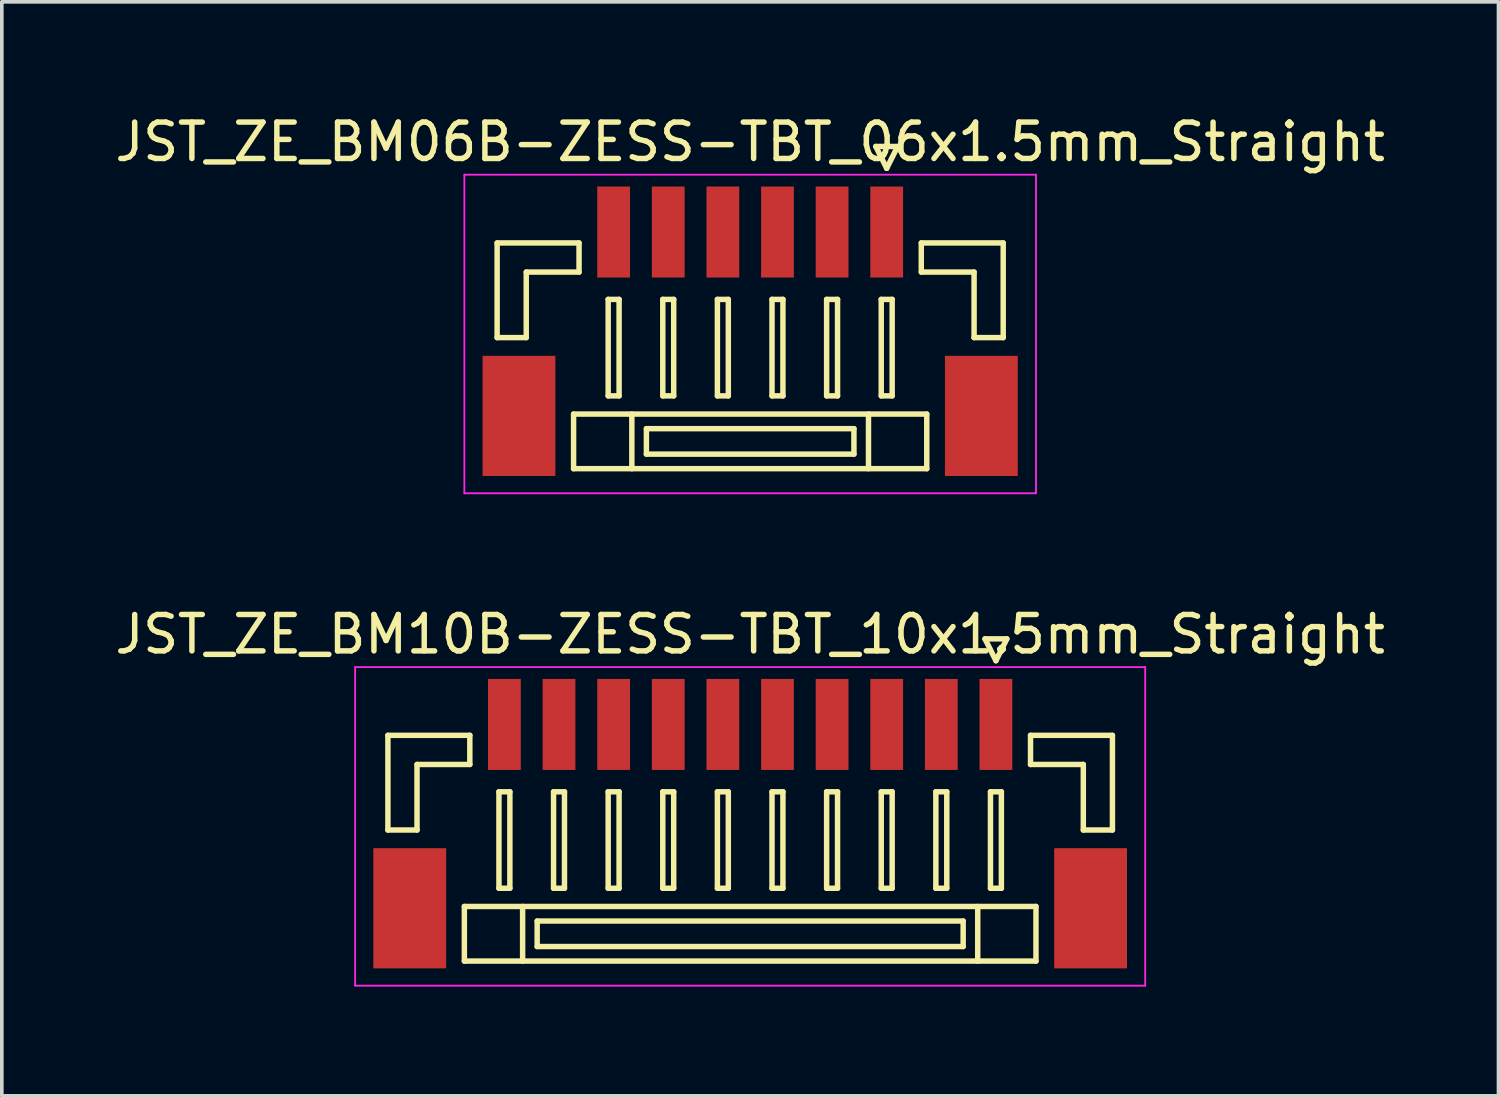
<source format=kicad_pcb>
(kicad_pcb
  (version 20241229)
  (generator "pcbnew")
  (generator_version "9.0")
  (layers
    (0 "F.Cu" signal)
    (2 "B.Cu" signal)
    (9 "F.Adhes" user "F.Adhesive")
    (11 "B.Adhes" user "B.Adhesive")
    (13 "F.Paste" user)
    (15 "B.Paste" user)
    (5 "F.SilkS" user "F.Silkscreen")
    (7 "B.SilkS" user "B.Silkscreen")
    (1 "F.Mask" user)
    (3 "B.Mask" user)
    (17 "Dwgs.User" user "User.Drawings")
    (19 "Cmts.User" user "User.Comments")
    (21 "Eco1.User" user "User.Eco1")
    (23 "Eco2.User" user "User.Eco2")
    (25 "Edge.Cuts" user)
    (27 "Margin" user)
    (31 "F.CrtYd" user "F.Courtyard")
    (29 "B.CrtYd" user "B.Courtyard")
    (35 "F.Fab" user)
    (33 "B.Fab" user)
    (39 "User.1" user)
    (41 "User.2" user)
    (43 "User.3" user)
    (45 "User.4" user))
  (footprint "JST_ZE_BM10B-ZESS-TBT_10x1.5mm_Straight"
    (layer "F.Cu")
    (at 17.554 19.372)
    (property "Reference" "JST_ZE_BM10B-ZESS-TBT_10x1.5mm_Straight" (at 0 -5 0) (layer "F.SilkS") (effects (font (size 1 1) (thickness 0.15))))
    (attr smd)
    (fp_line (start -9.95 -2.225) (end -9.95 0.375) (stroke (width 0.15) (type solid)) (layer "F.SilkS"))
    (fp_line (start -9.95 0.375) (end -9.15 0.375) (stroke (width 0.15) (type solid)) (layer "F.SilkS"))
    (fp_line (start -9.15 -1.425) (end -7.7 -1.425) (stroke (width 0.15) (type solid)) (layer "F.SilkS"))
    (fp_line (start -9.15 0.375) (end -9.15 -1.425) (stroke (width 0.15) (type solid)) (layer "F.SilkS"))
    (fp_line (start -7.85 2.475) (end -7.85 3.975) (stroke (width 0.15) (type solid)) (layer "F.SilkS"))
    (fp_line (start -7.85 3.975) (end 7.85 3.975) (stroke (width 0.15) (type solid)) (layer "F.SilkS"))
    (fp_line (start -7.7 -2.225) (end -9.95 -2.225) (stroke (width 0.15) (type solid)) (layer "F.SilkS"))
    (fp_line (start -7.7 -1.425) (end -7.7 -2.225) (stroke (width 0.15) (type solid)) (layer "F.SilkS"))
    (fp_line (start -6.9 -0.675) (end -6.9 1.975) (stroke (width 0.15) (type solid)) (layer "F.SilkS"))
    (fp_line (start -6.9 1.975) (end -6.6 1.975) (stroke (width 0.15) (type solid)) (layer "F.SilkS"))
    (fp_line (start -6.6 -0.675) (end -6.9 -0.675) (stroke (width 0.15) (type solid)) (layer "F.SilkS"))
    (fp_line (start -6.6 1.975) (end -6.6 -0.675) (stroke (width 0.15) (type solid)) (layer "F.SilkS"))
    (fp_line (start -6.25 2.475) (end -6.25 3.975) (stroke (width 0.15) (type solid)) (layer "F.SilkS"))
    (fp_line (start -5.85 2.875) (end -5.85 3.575) (stroke (width 0.15) (type solid)) (layer "F.SilkS"))
    (fp_line (start -5.85 3.575) (end 5.85 3.575) (stroke (width 0.15) (type solid)) (layer "F.SilkS"))
    (fp_line (start -5.4 -0.675) (end -5.4 1.975) (stroke (width 0.15) (type solid)) (layer "F.SilkS"))
    (fp_line (start -5.4 1.975) (end -5.1 1.975) (stroke (width 0.15) (type solid)) (layer "F.SilkS"))
    (fp_line (start -5.1 -0.675) (end -5.4 -0.675) (stroke (width 0.15) (type solid)) (layer "F.SilkS"))
    (fp_line (start -5.1 1.975) (end -5.1 -0.675) (stroke (width 0.15) (type solid)) (layer "F.SilkS"))
    (fp_line (start -3.9 -0.675) (end -3.9 1.975) (stroke (width 0.15) (type solid)) (layer "F.SilkS"))
    (fp_line (start -3.9 1.975) (end -3.6 1.975) (stroke (width 0.15) (type solid)) (layer "F.SilkS"))
    (fp_line (start -3.6 -0.675) (end -3.9 -0.675) (stroke (width 0.15) (type solid)) (layer "F.SilkS"))
    (fp_line (start -3.6 1.975) (end -3.6 -0.675) (stroke (width 0.15) (type solid)) (layer "F.SilkS"))
    (fp_line (start -2.4 -0.675) (end -2.4 1.975) (stroke (width 0.15) (type solid)) (layer "F.SilkS"))
    (fp_line (start -2.4 1.975) (end -2.1 1.975) (stroke (width 0.15) (type solid)) (layer "F.SilkS"))
    (fp_line (start -2.1 -0.675) (end -2.4 -0.675) (stroke (width 0.15) (type solid)) (layer "F.SilkS"))
    (fp_line (start -2.1 1.975) (end -2.1 -0.675) (stroke (width 0.15) (type solid)) (layer "F.SilkS"))
    (fp_line (start -0.9 -0.675) (end -0.9 1.975) (stroke (width 0.15) (type solid)) (layer "F.SilkS"))
    (fp_line (start -0.9 1.975) (end -0.6 1.975) (stroke (width 0.15) (type solid)) (layer "F.SilkS"))
    (fp_line (start -0.6 -0.675) (end -0.9 -0.675) (stroke (width 0.15) (type solid)) (layer "F.SilkS"))
    (fp_line (start -0.6 1.975) (end -0.6 -0.675) (stroke (width 0.15) (type solid)) (layer "F.SilkS"))
    (fp_line (start 0.6 -0.675) (end 0.6 1.975) (stroke (width 0.15) (type solid)) (layer "F.SilkS"))
    (fp_line (start 0.6 1.975) (end 0.9 1.975) (stroke (width 0.15) (type solid)) (layer "F.SilkS"))
    (fp_line (start 0.9 -0.675) (end 0.6 -0.675) (stroke (width 0.15) (type solid)) (layer "F.SilkS"))
    (fp_line (start 0.9 1.975) (end 0.9 -0.675) (stroke (width 0.15) (type solid)) (layer "F.SilkS"))
    (fp_line (start 2.1 -0.675) (end 2.1 1.975) (stroke (width 0.15) (type solid)) (layer "F.SilkS"))
    (fp_line (start 2.1 1.975) (end 2.4 1.975) (stroke (width 0.15) (type solid)) (layer "F.SilkS"))
    (fp_line (start 2.4 -0.675) (end 2.1 -0.675) (stroke (width 0.15) (type solid)) (layer "F.SilkS"))
    (fp_line (start 2.4 1.975) (end 2.4 -0.675) (stroke (width 0.15) (type solid)) (layer "F.SilkS"))
    (fp_line (start 3.6 -0.675) (end 3.6 1.975) (stroke (width 0.15) (type solid)) (layer "F.SilkS"))
    (fp_line (start 3.6 1.975) (end 3.9 1.975) (stroke (width 0.15) (type solid)) (layer "F.SilkS"))
    (fp_line (start 3.9 -0.675) (end 3.6 -0.675) (stroke (width 0.15) (type solid)) (layer "F.SilkS"))
    (fp_line (start 3.9 1.975) (end 3.9 -0.675) (stroke (width 0.15) (type solid)) (layer "F.SilkS"))
    (fp_line (start 5.1 -0.675) (end 5.1 1.975) (stroke (width 0.15) (type solid)) (layer "F.SilkS"))
    (fp_line (start 5.1 1.975) (end 5.4 1.975) (stroke (width 0.15) (type solid)) (layer "F.SilkS"))
    (fp_line (start 5.4 -0.675) (end 5.1 -0.675) (stroke (width 0.15) (type solid)) (layer "F.SilkS"))
    (fp_line (start 5.4 1.975) (end 5.4 -0.675) (stroke (width 0.15) (type solid)) (layer "F.SilkS"))
    (fp_line (start 5.85 2.875) (end -5.85 2.875) (stroke (width 0.15) (type solid)) (layer "F.SilkS"))
    (fp_line (start 5.85 3.575) (end 5.85 2.875) (stroke (width 0.15) (type solid)) (layer "F.SilkS"))
    (fp_line (start 6.25 2.475) (end 6.25 3.975) (stroke (width 0.15) (type solid)) (layer "F.SilkS"))
    (fp_line (start 6.45 -4.875) (end 6.75 -4.275) (stroke (width 0.15) (type solid)) (layer "F.SilkS"))
    (fp_line (start 6.6 -0.675) (end 6.6 1.975) (stroke (width 0.15) (type solid)) (layer "F.SilkS"))
    (fp_line (start 6.6 1.975) (end 6.9 1.975) (stroke (width 0.15) (type solid)) (layer "F.SilkS"))
    (fp_line (start 6.75 -4.275) (end 7.05 -4.875) (stroke (width 0.15) (type solid)) (layer "F.SilkS"))
    (fp_line (start 6.9 -0.675) (end 6.6 -0.675) (stroke (width 0.15) (type solid)) (layer "F.SilkS"))
    (fp_line (start 6.9 1.975) (end 6.9 -0.675) (stroke (width 0.15) (type solid)) (layer "F.SilkS"))
    (fp_line (start 7.05 -4.875) (end 6.45 -4.875) (stroke (width 0.15) (type solid)) (layer "F.SilkS"))
    (fp_line (start 7.7 -2.225) (end 9.95 -2.225) (stroke (width 0.15) (type solid)) (layer "F.SilkS"))
    (fp_line (start 7.7 -1.425) (end 7.7 -2.225) (stroke (width 0.15) (type solid)) (layer "F.SilkS"))
    (fp_line (start 7.85 2.475) (end -7.85 2.475) (stroke (width 0.15) (type solid)) (layer "F.SilkS"))
    (fp_line (start 7.85 3.975) (end 7.85 2.475) (stroke (width 0.15) (type solid)) (layer "F.SilkS"))
    (fp_line (start 9.15 -1.425) (end 7.7 -1.425) (stroke (width 0.15) (type solid)) (layer "F.SilkS"))
    (fp_line (start 9.15 0.375) (end 9.15 -1.425) (stroke (width 0.15) (type solid)) (layer "F.SilkS"))
    (fp_line (start 9.95 -2.225) (end 9.95 0.375) (stroke (width 0.15) (type solid)) (layer "F.SilkS"))
    (fp_line (start 9.95 0.375) (end 9.15 0.375) (stroke (width 0.15) (type solid)) (layer "F.SilkS"))
    (fp_line (start -10.85 -4.1) (end -10.85 4.65) (stroke (width 0.05) (type solid)) (layer "F.CrtYd"))
    (fp_line (start -10.85 4.65) (end 10.85 4.65) (stroke (width 0.05) (type solid)) (layer "F.CrtYd"))
    (fp_line (start 10.85 -4.1) (end -10.85 -4.1) (stroke (width 0.05) (type solid)) (layer "F.CrtYd"))
    (fp_line (start 10.85 4.65) (end 10.85 -4.1) (stroke (width 0.05) (type solid)) (layer "F.CrtYd"))
    (pad "" smd rect (at -9.35 2.525) (size 2 3.3) (layers "F.Cu" "F.Mask" "F.Paste"))
    (pad "" smd rect (at 9.35 2.525) (size 2 3.3) (layers "F.Cu" "F.Mask" "F.Paste"))
    (pad "1" smd rect (at 6.75 -2.525) (size 0.9 2.5) (layers "F.Cu" "F.Mask" "F.Paste"))
    (pad "2" smd rect (at 5.25 -2.525) (size 0.9 2.5) (layers "F.Cu" "F.Mask" "F.Paste"))
    (pad "3" smd rect (at 3.75 -2.525) (size 0.9 2.5) (layers "F.Cu" "F.Mask" "F.Paste"))
    (pad "4" smd rect (at 2.25 -2.525) (size 0.9 2.5) (layers "F.Cu" "F.Mask" "F.Paste"))
    (pad "5" smd rect (at 0.75 -2.525) (size 0.9 2.5) (layers "F.Cu" "F.Mask" "F.Paste"))
    (pad "6" smd rect (at -0.75 -2.525) (size 0.9 2.5) (layers "F.Cu" "F.Mask" "F.Paste"))
    (pad "7" smd rect (at -2.25 -2.525) (size 0.9 2.5) (layers "F.Cu" "F.Mask" "F.Paste"))
    (pad "8" smd rect (at -3.75 -2.525) (size 0.9 2.5) (layers "F.Cu" "F.Mask" "F.Paste"))
    (pad "9" smd rect (at -5.25 -2.525) (size 0.9 2.5) (layers "F.Cu" "F.Mask" "F.Paste"))
    (pad "10" smd rect (at -6.75 -2.525) (size 0.9 2.5) (layers "F.Cu" "F.Mask" "F.Paste")))
  (footprint "JST_ZE_BM06B-ZESS-TBT_06x1.5mm_Straight"
    (layer "F.Cu")
    (at 17.554 5.848)
    (property "Reference" "JST_ZE_BM06B-ZESS-TBT_06x1.5mm_Straight" (at 0 -5 0) (layer "F.SilkS") (effects (font (size 1 1) (thickness 0.15))))
    (attr smd)
    (fp_line (start -6.95 -2.225) (end -6.95 0.375) (stroke (width 0.15) (type solid)) (layer "F.SilkS"))
    (fp_line (start -6.95 0.375) (end -6.15 0.375) (stroke (width 0.15) (type solid)) (layer "F.SilkS"))
    (fp_line (start -6.15 -1.425) (end -4.7 -1.425) (stroke (width 0.15) (type solid)) (layer "F.SilkS"))
    (fp_line (start -6.15 0.375) (end -6.15 -1.425) (stroke (width 0.15) (type solid)) (layer "F.SilkS"))
    (fp_line (start -4.85 2.475) (end -4.85 3.975) (stroke (width 0.15) (type solid)) (layer "F.SilkS"))
    (fp_line (start -4.85 3.975) (end 4.85 3.975) (stroke (width 0.15) (type solid)) (layer "F.SilkS"))
    (fp_line (start -4.7 -2.225) (end -6.95 -2.225) (stroke (width 0.15) (type solid)) (layer "F.SilkS"))
    (fp_line (start -4.7 -1.425) (end -4.7 -2.225) (stroke (width 0.15) (type solid)) (layer "F.SilkS"))
    (fp_line (start -3.9 -0.675) (end -3.9 1.975) (stroke (width 0.15) (type solid)) (layer "F.SilkS"))
    (fp_line (start -3.9 1.975) (end -3.6 1.975) (stroke (width 0.15) (type solid)) (layer "F.SilkS"))
    (fp_line (start -3.6 -0.675) (end -3.9 -0.675) (stroke (width 0.15) (type solid)) (layer "F.SilkS"))
    (fp_line (start -3.6 1.975) (end -3.6 -0.675) (stroke (width 0.15) (type solid)) (layer "F.SilkS"))
    (fp_line (start -3.25 2.475) (end -3.25 3.975) (stroke (width 0.15) (type solid)) (layer "F.SilkS"))
    (fp_line (start -2.85 2.875) (end -2.85 3.575) (stroke (width 0.15) (type solid)) (layer "F.SilkS"))
    (fp_line (start -2.85 3.575) (end 2.85 3.575) (stroke (width 0.15) (type solid)) (layer "F.SilkS"))
    (fp_line (start -2.4 -0.675) (end -2.4 1.975) (stroke (width 0.15) (type solid)) (layer "F.SilkS"))
    (fp_line (start -2.4 1.975) (end -2.1 1.975) (stroke (width 0.15) (type solid)) (layer "F.SilkS"))
    (fp_line (start -2.1 -0.675) (end -2.4 -0.675) (stroke (width 0.15) (type solid)) (layer "F.SilkS"))
    (fp_line (start -2.1 1.975) (end -2.1 -0.675) (stroke (width 0.15) (type solid)) (layer "F.SilkS"))
    (fp_line (start -0.9 -0.675) (end -0.9 1.975) (stroke (width 0.15) (type solid)) (layer "F.SilkS"))
    (fp_line (start -0.9 1.975) (end -0.6 1.975) (stroke (width 0.15) (type solid)) (layer "F.SilkS"))
    (fp_line (start -0.6 -0.675) (end -0.9 -0.675) (stroke (width 0.15) (type solid)) (layer "F.SilkS"))
    (fp_line (start -0.6 1.975) (end -0.6 -0.675) (stroke (width 0.15) (type solid)) (layer "F.SilkS"))
    (fp_line (start 0.6 -0.675) (end 0.6 1.975) (stroke (width 0.15) (type solid)) (layer "F.SilkS"))
    (fp_line (start 0.6 1.975) (end 0.9 1.975) (stroke (width 0.15) (type solid)) (layer "F.SilkS"))
    (fp_line (start 0.9 -0.675) (end 0.6 -0.675) (stroke (width 0.15) (type solid)) (layer "F.SilkS"))
    (fp_line (start 0.9 1.975) (end 0.9 -0.675) (stroke (width 0.15) (type solid)) (layer "F.SilkS"))
    (fp_line (start 2.1 -0.675) (end 2.1 1.975) (stroke (width 0.15) (type solid)) (layer "F.SilkS"))
    (fp_line (start 2.1 1.975) (end 2.4 1.975) (stroke (width 0.15) (type solid)) (layer "F.SilkS"))
    (fp_line (start 2.4 -0.675) (end 2.1 -0.675) (stroke (width 0.15) (type solid)) (layer "F.SilkS"))
    (fp_line (start 2.4 1.975) (end 2.4 -0.675) (stroke (width 0.15) (type solid)) (layer "F.SilkS"))
    (fp_line (start 2.85 2.875) (end -2.85 2.875) (stroke (width 0.15) (type solid)) (layer "F.SilkS"))
    (fp_line (start 2.85 3.575) (end 2.85 2.875) (stroke (width 0.15) (type solid)) (layer "F.SilkS"))
    (fp_line (start 3.25 2.475) (end 3.25 3.975) (stroke (width 0.15) (type solid)) (layer "F.SilkS"))
    (fp_line (start 3.45 -4.875) (end 3.75 -4.275) (stroke (width 0.15) (type solid)) (layer "F.SilkS"))
    (fp_line (start 3.6 -0.675) (end 3.6 1.975) (stroke (width 0.15) (type solid)) (layer "F.SilkS"))
    (fp_line (start 3.6 1.975) (end 3.9 1.975) (stroke (width 0.15) (type solid)) (layer "F.SilkS"))
    (fp_line (start 3.75 -4.275) (end 4.05 -4.875) (stroke (width 0.15) (type solid)) (layer "F.SilkS"))
    (fp_line (start 3.9 -0.675) (end 3.6 -0.675) (stroke (width 0.15) (type solid)) (layer "F.SilkS"))
    (fp_line (start 3.9 1.975) (end 3.9 -0.675) (stroke (width 0.15) (type solid)) (layer "F.SilkS"))
    (fp_line (start 4.05 -4.875) (end 3.45 -4.875) (stroke (width 0.15) (type solid)) (layer "F.SilkS"))
    (fp_line (start 4.7 -2.225) (end 6.95 -2.225) (stroke (width 0.15) (type solid)) (layer "F.SilkS"))
    (fp_line (start 4.7 -1.425) (end 4.7 -2.225) (stroke (width 0.15) (type solid)) (layer "F.SilkS"))
    (fp_line (start 4.85 2.475) (end -4.85 2.475) (stroke (width 0.15) (type solid)) (layer "F.SilkS"))
    (fp_line (start 4.85 3.975) (end 4.85 2.475) (stroke (width 0.15) (type solid)) (layer "F.SilkS"))
    (fp_line (start 6.15 -1.425) (end 4.7 -1.425) (stroke (width 0.15) (type solid)) (layer "F.SilkS"))
    (fp_line (start 6.15 0.375) (end 6.15 -1.425) (stroke (width 0.15) (type solid)) (layer "F.SilkS"))
    (fp_line (start 6.95 -2.225) (end 6.95 0.375) (stroke (width 0.15) (type solid)) (layer "F.SilkS"))
    (fp_line (start 6.95 0.375) (end 6.15 0.375) (stroke (width 0.15) (type solid)) (layer "F.SilkS"))
    (fp_line (start -7.85 -4.1) (end -7.85 4.65) (stroke (width 0.05) (type solid)) (layer "F.CrtYd"))
    (fp_line (start -7.85 4.65) (end 7.85 4.65) (stroke (width 0.05) (type solid)) (layer "F.CrtYd"))
    (fp_line (start 7.85 -4.1) (end -7.85 -4.1) (stroke (width 0.05) (type solid)) (layer "F.CrtYd"))
    (fp_line (start 7.85 4.65) (end 7.85 -4.1) (stroke (width 0.05) (type solid)) (layer "F.CrtYd"))
    (pad "" smd rect (at -6.35 2.525) (size 2 3.3) (layers "F.Cu" "F.Mask" "F.Paste"))
    (pad "" smd rect (at 6.35 2.525) (size 2 3.3) (layers "F.Cu" "F.Mask" "F.Paste"))
    (pad "1" smd rect (at 3.75 -2.525) (size 0.9 2.5) (layers "F.Cu" "F.Mask" "F.Paste"))
    (pad "2" smd rect (at 2.25 -2.525) (size 0.9 2.5) (layers "F.Cu" "F.Mask" "F.Paste"))
    (pad "3" smd rect (at 0.75 -2.525) (size 0.9 2.5) (layers "F.Cu" "F.Mask" "F.Paste"))
    (pad "4" smd rect (at -0.75 -2.525) (size 0.9 2.5) (layers "F.Cu" "F.Mask" "F.Paste"))
    (pad "5" smd rect (at -2.25 -2.525) (size 0.9 2.5) (layers "F.Cu" "F.Mask" "F.Paste"))
    (pad "6" smd rect (at -3.75 -2.525) (size 0.9 2.5) (layers "F.Cu" "F.Mask" "F.Paste")))
  (gr_rect
    (start -3 -3)
    (end 38.107 27.047)
    (stroke (width 0.1) (type default))
    (fill no)
    (layer "Edge.Cuts")))
</source>
